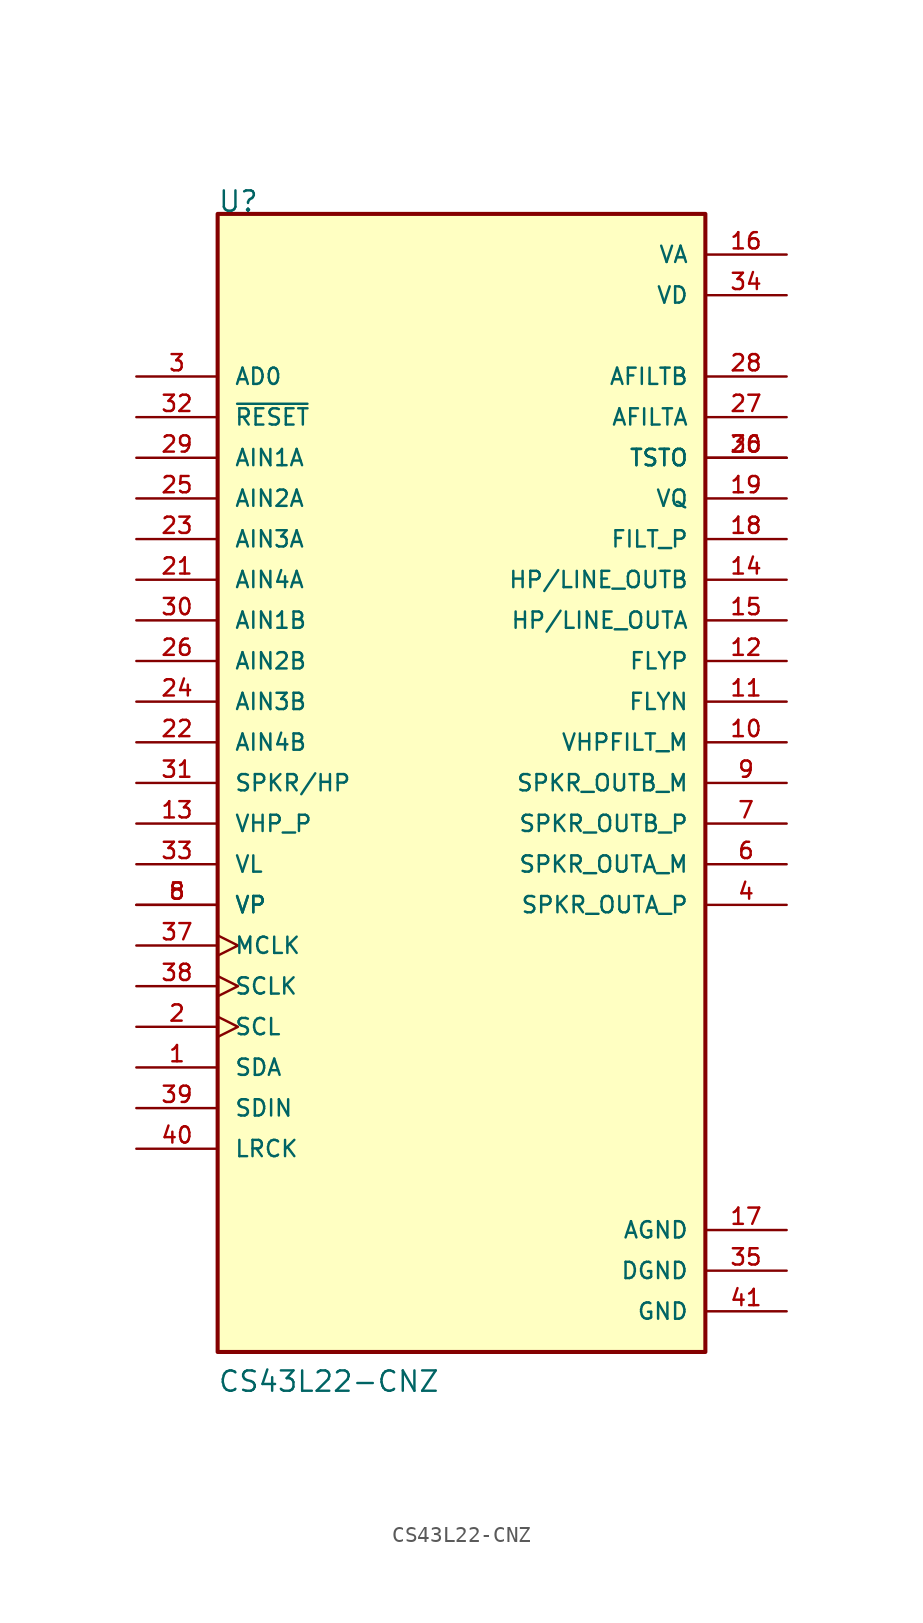
<source format=kicad_sym>
(kicad_symbol_lib
  (version 20211014)
  (generator kicad_symbol_editor)
  (symbol "CS43L22-CNZ"
    (pin_names
      (offset 1.016))
    (property "Reference" "U"
      (at -15.256 35.598 0)
      (effects (font (size 1.27 1.27)) (justify bottom left)))
    (property "Value" "CS43L22-CNZ"
      (at -15.259 -38.147 0)
      (effects (font (size 1.27 1.27)) (justify bottom left)))
    (symbol "CS43L22-CNZ_0_0"
      (rectangle (start -15.24 -35.56) (end 15.24 35.56) (stroke (width 0.254)) (fill (type background)))
      (pin bidirectional line (at -20.32 -17.78 0) (length 5.08) (name "SDA" (effects (font (size 1.016 1.016)))) (number "1" (effects (font (size 1.016 1.016)))))
      (pin input clock (at -20.32 -15.24 0) (length 5.08) (name "SCL" (effects (font (size 1.016 1.016)))) (number "2" (effects (font (size 1.016 1.016)))))
      (pin input line (at -20.32 25.4 0) (length 5.08) (name "AD0" (effects (font (size 1.016 1.016)))) (number "3" (effects (font (size 1.016 1.016)))))
      (pin output line (at 20.32 -7.62 180.0) (length 5.08) (name "SPKR_OUTA_P" (effects (font (size 1.016 1.016)))) (number "4" (effects (font (size 1.016 1.016)))))
      (pin input line (at -20.32 -7.62 0) (length 5.08) (name "VP" (effects (font (size 1.016 1.016)))) (number "5" (effects (font (size 1.016 1.016)))))
      (pin input line (at -20.32 -7.62 0) (length 5.08) (name "VP" (effects (font (size 1.016 1.016)))) (number "8" (effects (font (size 1.016 1.016)))))
      (pin output line (at 20.32 -5.08 180.0) (length 5.08) (name "SPKR_OUTA_M" (effects (font (size 1.016 1.016)))) (number "6" (effects (font (size 1.016 1.016)))))
      (pin output line (at 20.32 -2.54 180.0) (length 5.08) (name "SPKR_OUTB_P" (effects (font (size 1.016 1.016)))) (number "7" (effects (font (size 1.016 1.016)))))
      (pin output line (at 20.32 0.0 180.0) (length 5.08) (name "SPKR_OUTB_M" (effects (font (size 1.016 1.016)))) (number "9" (effects (font (size 1.016 1.016)))))
      (pin output line (at 20.32 2.54 180.0) (length 5.08) (name "VHPFILT_M" (effects (font (size 1.016 1.016)))) (number "10" (effects (font (size 1.016 1.016)))))
      (pin output line (at 20.32 5.08 180.0) (length 5.08) (name "FLYN" (effects (font (size 1.016 1.016)))) (number "11" (effects (font (size 1.016 1.016)))))
      (pin output line (at 20.32 7.62 180.0) (length 5.08) (name "FLYP" (effects (font (size 1.016 1.016)))) (number "12" (effects (font (size 1.016 1.016)))))
      (pin input line (at -20.32 -2.54 0) (length 5.08) (name "VHP_P" (effects (font (size 1.016 1.016)))) (number "13" (effects (font (size 1.016 1.016)))))
      (pin output line (at 20.32 12.7 180.0) (length 5.08) (name "HP/LINE_OUTB" (effects (font (size 1.016 1.016)))) (number "14" (effects (font (size 1.016 1.016)))))
      (pin output line (at 20.32 10.16 180.0) (length 5.08) (name "HP/LINE_OUTA" (effects (font (size 1.016 1.016)))) (number "15" (effects (font (size 1.016 1.016)))))
      (pin power_in line (at 20.32 33.02 180.0) (length 5.08) (name "VA" (effects (font (size 1.016 1.016)))) (number "16" (effects (font (size 1.016 1.016)))))
      (pin power_in line (at 20.32 -27.94 180.0) (length 5.08) (name "AGND" (effects (font (size 1.016 1.016)))) (number "17" (effects (font (size 1.016 1.016)))))
      (pin output line (at 20.32 15.24 180.0) (length 5.08) (name "FILT_P" (effects (font (size 1.016 1.016)))) (number "18" (effects (font (size 1.016 1.016)))))
      (pin output line (at 20.32 17.78 180.0) (length 5.08) (name "VQ" (effects (font (size 1.016 1.016)))) (number "19" (effects (font (size 1.016 1.016)))))
      (pin output line (at 20.32 20.32 180.0) (length 5.08) (name "TSTO" (effects (font (size 1.016 1.016)))) (number "20" (effects (font (size 1.016 1.016)))))
      (pin output line (at 20.32 20.32 180.0) (length 5.08) (name "TSTO" (effects (font (size 1.016 1.016)))) (number "36" (effects (font (size 1.016 1.016)))))
      (pin input line (at -20.32 12.7 0) (length 5.08) (name "AIN4A" (effects (font (size 1.016 1.016)))) (number "21" (effects (font (size 1.016 1.016)))))
      (pin input line (at -20.32 2.54 0) (length 5.08) (name "AIN4B" (effects (font (size 1.016 1.016)))) (number "22" (effects (font (size 1.016 1.016)))))
      (pin input line (at -20.32 15.24 0) (length 5.08) (name "AIN3A" (effects (font (size 1.016 1.016)))) (number "23" (effects (font (size 1.016 1.016)))))
      (pin input line (at -20.32 5.08 0) (length 5.08) (name "AIN3B" (effects (font (size 1.016 1.016)))) (number "24" (effects (font (size 1.016 1.016)))))
      (pin input line (at -20.32 17.78 0) (length 5.08) (name "AIN2A" (effects (font (size 1.016 1.016)))) (number "25" (effects (font (size 1.016 1.016)))))
      (pin input line (at -20.32 7.62 0) (length 5.08) (name "AIN2B" (effects (font (size 1.016 1.016)))) (number "26" (effects (font (size 1.016 1.016)))))
      (pin output line (at 20.32 22.86 180.0) (length 5.08) (name "AFILTA" (effects (font (size 1.016 1.016)))) (number "27" (effects (font (size 1.016 1.016)))))
      (pin output line (at 20.32 25.4 180.0) (length 5.08) (name "AFILTB" (effects (font (size 1.016 1.016)))) (number "28" (effects (font (size 1.016 1.016)))))
      (pin input line (at -20.32 20.32 0) (length 5.08) (name "AIN1A" (effects (font (size 1.016 1.016)))) (number "29" (effects (font (size 1.016 1.016)))))
      (pin input line (at -20.32 10.16 0) (length 5.08) (name "AIN1B" (effects (font (size 1.016 1.016)))) (number "30" (effects (font (size 1.016 1.016)))))
      (pin input line (at -20.32 0.0 0) (length 5.08) (name "SPKR/HP" (effects (font (size 1.016 1.016)))) (number "31" (effects (font (size 1.016 1.016)))))
      (pin input line (at -20.32 22.86 0) (length 5.08) (name "~{RESET}" (effects (font (size 1.016 1.016)))) (number "32" (effects (font (size 1.016 1.016)))))
      (pin input line (at -20.32 -5.08 0) (length 5.08) (name "VL" (effects (font (size 1.016 1.016)))) (number "33" (effects (font (size 1.016 1.016)))))
      (pin power_in line (at 20.32 30.48 180.0) (length 5.08) (name "VD" (effects (font (size 1.016 1.016)))) (number "34" (effects (font (size 1.016 1.016)))))
      (pin power_in line (at 20.32 -30.48 180.0) (length 5.08) (name "DGND" (effects (font (size 1.016 1.016)))) (number "35" (effects (font (size 1.016 1.016)))))
      (pin input clock (at -20.32 -10.16 0) (length 5.08) (name "MCLK" (effects (font (size 1.016 1.016)))) (number "37" (effects (font (size 1.016 1.016)))))
      (pin input clock (at -20.32 -12.7 0) (length 5.08) (name "SCLK" (effects (font (size 1.016 1.016)))) (number "38" (effects (font (size 1.016 1.016)))))
      (pin input line (at -20.32 -20.32 0) (length 5.08) (name "SDIN" (effects (font (size 1.016 1.016)))) (number "39" (effects (font (size 1.016 1.016)))))
      (pin bidirectional line (at -20.32 -22.86 0) (length 5.08) (name "LRCK" (effects (font (size 1.016 1.016)))) (number "40" (effects (font (size 1.016 1.016)))))
      (pin power_in line (at 20.32 -33.02 180.0) (length 5.08) (name "GND" (effects (font (size 1.016 1.016)))) (number "41" (effects (font (size 1.016 1.016))))))))
</source>
